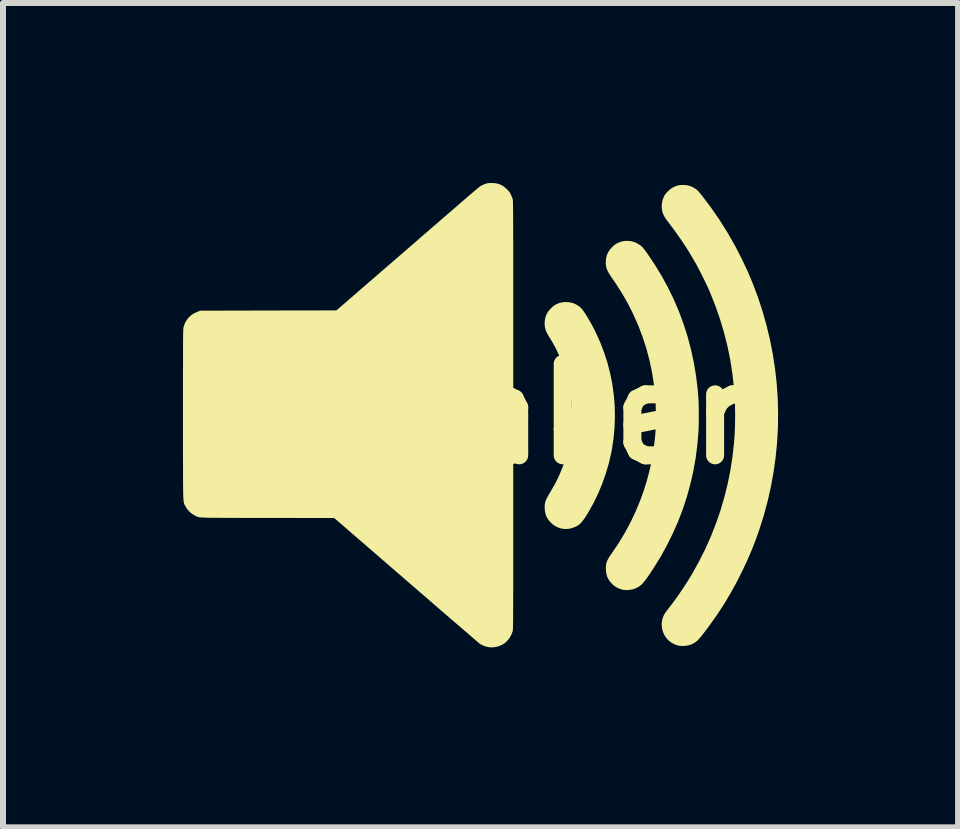
<source format=kicad_pcb>
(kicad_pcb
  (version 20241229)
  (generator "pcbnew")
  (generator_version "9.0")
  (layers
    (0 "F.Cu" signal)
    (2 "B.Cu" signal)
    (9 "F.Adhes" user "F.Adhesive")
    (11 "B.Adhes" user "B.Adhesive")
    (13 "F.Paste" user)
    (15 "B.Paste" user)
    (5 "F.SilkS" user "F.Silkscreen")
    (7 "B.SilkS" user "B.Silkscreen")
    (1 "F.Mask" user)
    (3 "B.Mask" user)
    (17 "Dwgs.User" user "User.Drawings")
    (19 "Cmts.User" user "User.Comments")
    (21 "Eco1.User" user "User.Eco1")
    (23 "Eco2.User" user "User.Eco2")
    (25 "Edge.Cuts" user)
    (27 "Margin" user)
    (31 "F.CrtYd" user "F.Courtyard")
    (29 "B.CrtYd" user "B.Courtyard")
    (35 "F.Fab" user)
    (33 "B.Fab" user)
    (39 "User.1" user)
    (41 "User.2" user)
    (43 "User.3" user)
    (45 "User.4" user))
  (footprint "Speaker"
    (layer "F.Cu")
    (at 4.951 3.85)
    (property "Reference" "Speaker" (at 0 0 0) (layer "F.SilkS") (effects (font (size 1.524 1.524) (thickness 0.3))))
    (attr board_only exclude_from_pos_files exclude_from_bom)
    (fp_poly (pts (xy 1.452 -1.864) (xy 1.51 -1.858) (xy 1.561 -1.844) (xy 1.61 -1.821) (xy 1.656 -1.79) (xy 1.678 -1.771) (xy 1.696 -1.753) (xy 1.717 -1.726) (xy 1.741 -1.691) (xy 1.768 -1.651) (xy 1.796 -1.604) (xy 1.826 -1.553) (xy 1.857 -1.499) (xy 1.887 -1.442) (xy 1.917 -1.383) (xy 1.934 -1.348) (xy 2.008 -1.184) (xy 2.072 -1.016) (xy 2.127 -0.845) (xy 2.171 -0.671) (xy 2.206 -0.495) (xy 2.23 -0.318) (xy 2.245 -0.139) (xy 2.249 0.04) (xy 2.243 0.219) (xy 2.227 0.398) (xy 2.201 0.577) (xy 2.186 0.657) (xy 2.146 0.828) (xy 2.096 0.996) (xy 2.038 1.162) (xy 1.97 1.324) (xy 1.895 1.48) (xy 1.822 1.612) (xy 1.79 1.666) (xy 1.762 1.711) (xy 1.736 1.749) (xy 1.713 1.781) (xy 1.691 1.807) (xy 1.67 1.829) (xy 1.648 1.847) (xy 1.625 1.862) (xy 1.6 1.876) (xy 1.59 1.881) (xy 1.534 1.903) (xy 1.476 1.915) (xy 1.417 1.918) (xy 1.36 1.911) (xy 1.359 1.911) (xy 1.301 1.893) (xy 1.249 1.867) (xy 1.201 1.831) (xy 1.18 1.811) (xy 1.142 1.767) (xy 1.113 1.722) (xy 1.094 1.674) (xy 1.082 1.62) (xy 1.079 1.578) (xy 1.078 1.546) (xy 1.079 1.518) (xy 1.082 1.492) (xy 1.088 1.466) (xy 1.098 1.439) (xy 1.111 1.409) (xy 1.129 1.375) (xy 1.152 1.335) (xy 1.179 1.29) (xy 1.257 1.154) (xy 1.325 1.014) (xy 1.383 0.87) (xy 1.432 0.722) (xy 1.472 0.571) (xy 1.502 0.418) (xy 1.522 0.263) (xy 1.532 0.107) (xy 1.532 -0.05) (xy 1.523 -0.207) (xy 1.503 -0.364) (xy 1.495 -0.41) (xy 1.465 -0.548) (xy 1.427 -0.686) (xy 1.382 -0.822) (xy 1.329 -0.954) (xy 1.269 -1.082) (xy 1.203 -1.203) (xy 1.158 -1.276) (xy 1.129 -1.324) (xy 1.107 -1.367) (xy 1.092 -1.407) (xy 1.082 -1.446) (xy 1.078 -1.488) (xy 1.077 -1.511) (xy 1.082 -1.571) (xy 1.095 -1.626) (xy 1.117 -1.677) (xy 1.15 -1.725) (xy 1.182 -1.761) (xy 1.227 -1.801) (xy 1.274 -1.83) (xy 1.324 -1.85) (xy 1.378 -1.862) (xy 1.437 -1.865)) (stroke (width 0) (type solid)) (fill yes) (layer "F.SilkS"))
    (fp_poly (pts (xy 2.513 -2.881) (xy 2.57 -2.866) (xy 2.624 -2.842) (xy 2.672 -2.81) (xy 2.687 -2.799) (xy 2.7 -2.787) (xy 2.713 -2.774) (xy 2.726 -2.758) (xy 2.742 -2.738) (xy 2.761 -2.712) (xy 2.785 -2.679) (xy 2.792 -2.67) (xy 2.915 -2.486) (xy 3.03 -2.297) (xy 3.135 -2.104) (xy 3.231 -1.907) (xy 3.317 -1.705) (xy 3.393 -1.5) (xy 3.46 -1.291) (xy 3.516 -1.079) (xy 3.563 -0.863) (xy 3.6 -0.645) (xy 3.627 -0.423) (xy 3.642 -0.238) (xy 3.644 -0.199) (xy 3.645 -0.151) (xy 3.646 -0.097) (xy 3.647 -0.038) (xy 3.647 0.022) (xy 3.647 0.083) (xy 3.646 0.142) (xy 3.645 0.197) (xy 3.644 0.245) (xy 3.642 0.286) (xy 3.642 0.291) (xy 3.623 0.514) (xy 3.595 0.735) (xy 3.556 0.953) (xy 3.507 1.168) (xy 3.449 1.379) (xy 3.38 1.588) (xy 3.302 1.793) (xy 3.213 1.994) (xy 3.115 2.192) (xy 3.008 2.386) (xy 2.89 2.575) (xy 2.853 2.632) (xy 2.819 2.682) (xy 2.79 2.724) (xy 2.765 2.759) (xy 2.743 2.787) (xy 2.723 2.811) (xy 2.705 2.831) (xy 2.688 2.848) (xy 2.67 2.862) (xy 2.652 2.875) (xy 2.646 2.88) (xy 2.597 2.906) (xy 2.544 2.924) (xy 2.487 2.934) (xy 2.43 2.936) (xy 2.378 2.93) (xy 2.357 2.924) (xy 2.331 2.915) (xy 2.304 2.904) (xy 2.292 2.898) (xy 2.264 2.883) (xy 2.241 2.868) (xy 2.218 2.849) (xy 2.203 2.833) (xy 2.164 2.791) (xy 2.136 2.747) (xy 2.116 2.702) (xy 2.104 2.651) (xy 2.098 2.595) (xy 2.098 2.593) (xy 2.098 2.552) (xy 2.101 2.515) (xy 2.108 2.481) (xy 2.12 2.447) (xy 2.138 2.412) (xy 2.161 2.373) (xy 2.189 2.333) (xy 2.305 2.163) (xy 2.411 1.988) (xy 2.507 1.81) (xy 2.593 1.629) (xy 2.67 1.443) (xy 2.728 1.283) (xy 2.773 1.141) (xy 2.811 1.001) (xy 2.845 0.86) (xy 2.873 0.716) (xy 2.896 0.568) (xy 2.915 0.413) (xy 2.923 0.326) (xy 2.925 0.297) (xy 2.927 0.259) (xy 2.928 0.214) (xy 2.929 0.163) (xy 2.93 0.108) (xy 2.93 0.051) (xy 2.93 -0.007) (xy 2.93 -0.064) (xy 2.929 -0.119) (xy 2.928 -0.17) (xy 2.926 -0.215) (xy 2.925 -0.253) (xy 2.923 -0.279) (xy 2.9 -0.487) (xy 2.868 -0.691) (xy 2.826 -0.891) (xy 2.774 -1.088) (xy 2.712 -1.28) (xy 2.64 -1.469) (xy 2.559 -1.653) (xy 2.469 -1.834) (xy 2.368 -2.01) (xy 2.258 -2.182) (xy 2.215 -2.244) (xy 2.184 -2.29) (xy 2.158 -2.329) (xy 2.138 -2.363) (xy 2.123 -2.393) (xy 2.112 -2.421) (xy 2.104 -2.448) (xy 2.1 -2.476) (xy 2.097 -2.507) (xy 2.097 -2.531) (xy 2.101 -2.59) (xy 2.114 -2.644) (xy 2.135 -2.694) (xy 2.166 -2.741) (xy 2.202 -2.781) (xy 2.226 -2.804) (xy 2.246 -2.82) (xy 2.266 -2.834) (xy 2.288 -2.846) (xy 2.292 -2.848) (xy 2.338 -2.867) (xy 2.383 -2.879) (xy 2.43 -2.885) (xy 2.452 -2.885)) (stroke (width 0) (type solid)) (fill yes) (layer "F.SilkS"))
    (fp_poly (pts (xy 3.443 -3.814) (xy 3.497 -3.801) (xy 3.547 -3.781) (xy 3.595 -3.75) (xy 3.604 -3.744) (xy 3.621 -3.73) (xy 3.639 -3.712) (xy 3.659 -3.689) (xy 3.683 -3.661) (xy 3.71 -3.627) (xy 3.858 -3.43) (xy 3.998 -3.226) (xy 4.129 -3.017) (xy 4.252 -2.802) (xy 4.365 -2.582) (xy 4.47 -2.358) (xy 4.546 -2.176) (xy 4.634 -1.943) (xy 4.711 -1.708) (xy 4.778 -1.47) (xy 4.835 -1.23) (xy 4.882 -0.989) (xy 4.919 -0.746) (xy 4.946 -0.502) (xy 4.963 -0.257) (xy 4.969 -0.012) (xy 4.966 0.233) (xy 4.952 0.478) (xy 4.928 0.722) (xy 4.894 0.966) (xy 4.85 1.208) (xy 4.796 1.449) (xy 4.732 1.688) (xy 4.657 1.925) (xy 4.6 2.086) (xy 4.529 2.269) (xy 4.45 2.452) (xy 4.364 2.634) (xy 4.273 2.813) (xy 4.177 2.987) (xy 4.079 3.152) (xy 4.072 3.163) (xy 4.036 3.219) (xy 3.998 3.277) (xy 3.959 3.336) (xy 3.918 3.395) (xy 3.877 3.453) (xy 3.837 3.509) (xy 3.798 3.563) (xy 3.76 3.613) (xy 3.725 3.659) (xy 3.693 3.7) (xy 3.664 3.734) (xy 3.64 3.761) (xy 3.623 3.779) (xy 3.575 3.815) (xy 3.524 3.842) (xy 3.468 3.859) (xy 3.407 3.867) (xy 3.382 3.868) (xy 3.356 3.867) (xy 3.329 3.865) (xy 3.307 3.862) (xy 3.3 3.86) (xy 3.244 3.841) (xy 3.193 3.814) (xy 3.148 3.78) (xy 3.109 3.739) (xy 3.077 3.692) (xy 3.053 3.642) (xy 3.037 3.588) (xy 3.029 3.532) (xy 3.03 3.474) (xy 3.041 3.417) (xy 3.046 3.401) (xy 3.055 3.377) (xy 3.065 3.354) (xy 3.078 3.331) (xy 3.095 3.305) (xy 3.117 3.275) (xy 3.144 3.24) (xy 3.147 3.236) (xy 3.222 3.139) (xy 3.297 3.034) (xy 3.372 2.925) (xy 3.445 2.814) (xy 3.514 2.702) (xy 3.533 2.67) (xy 3.647 2.466) (xy 3.752 2.258) (xy 3.847 2.045) (xy 3.932 1.829) (xy 4.008 1.61) (xy 4.073 1.387) (xy 4.129 1.161) (xy 4.175 0.933) (xy 4.21 0.702) (xy 4.233 0.494) (xy 4.245 0.336) (xy 4.251 0.171) (xy 4.253 0.004) (xy 4.25 -0.162) (xy 4.242 -0.325) (xy 4.233 -0.441) (xy 4.207 -0.674) (xy 4.171 -0.904) (xy 4.124 -1.133) (xy 4.067 -1.359) (xy 4 -1.583) (xy 3.923 -1.803) (xy 3.837 -2.02) (xy 3.812 -2.076) (xy 3.795 -2.115) (xy 3.773 -2.161) (xy 3.749 -2.212) (xy 3.722 -2.266) (xy 3.695 -2.321) (xy 3.667 -2.375) (xy 3.641 -2.426) (xy 3.617 -2.472) (xy 3.596 -2.511) (xy 3.593 -2.515) (xy 3.481 -2.706) (xy 3.36 -2.892) (xy 3.233 -3.072) (xy 3.153 -3.177) (xy 3.121 -3.22) (xy 3.094 -3.257) (xy 3.074 -3.29) (xy 3.058 -3.32) (xy 3.047 -3.349) (xy 3.038 -3.378) (xy 3.035 -3.395) (xy 3.028 -3.453) (xy 3.032 -3.512) (xy 3.045 -3.57) (xy 3.067 -3.626) (xy 3.076 -3.642) (xy 3.095 -3.671) (xy 3.122 -3.701) (xy 3.152 -3.73) (xy 3.185 -3.756) (xy 3.216 -3.776) (xy 3.219 -3.777) (xy 3.26 -3.796) (xy 3.299 -3.809) (xy 3.338 -3.815) (xy 3.384 -3.817) (xy 3.385 -3.817)) (stroke (width 0) (type solid)) (fill yes) (layer "F.SilkS"))
    (fp_poly (pts (xy 0.255 -3.846) (xy 0.306 -3.836) (xy 0.352 -3.818) (xy 0.396 -3.791) (xy 0.439 -3.755) (xy 0.447 -3.747) (xy 0.47 -3.724) (xy 0.486 -3.704) (xy 0.5 -3.685) (xy 0.512 -3.663) (xy 0.514 -3.658) (xy 0.525 -3.633) (xy 0.536 -3.607) (xy 0.544 -3.584) (xy 0.545 -3.579) (xy 0.546 -3.576) (xy 0.546 -3.573) (xy 0.547 -3.569) (xy 0.547 -3.563) (xy 0.548 -3.557) (xy 0.548 -3.548) (xy 0.549 -3.537) (xy 0.549 -3.525) (xy 0.55 -3.51) (xy 0.55 -3.492) (xy 0.55 -3.472) (xy 0.551 -3.448) (xy 0.551 -3.422) (xy 0.551 -3.391) (xy 0.552 -3.357) (xy 0.552 -3.319) (xy 0.552 -3.276) (xy 0.552 -3.23) (xy 0.553 -3.178) (xy 0.553 -3.121) (xy 0.553 -3.06) (xy 0.553 -2.993) (xy 0.553 -2.92) (xy 0.554 -2.841) (xy 0.554 -2.756) (xy 0.554 -2.665) (xy 0.554 -2.567) (xy 0.554 -2.463) (xy 0.554 -2.351) (xy 0.554 -2.232) (xy 0.554 -2.106) (xy 0.554 -1.972) (xy 0.554 -1.829) (xy 0.554 -1.679) (xy 0.554 -1.52) (xy 0.554 -1.352) (xy 0.554 -1.176) (xy 0.554 -0.99) (xy 0.554 -0.795) (xy 0.554 -0.59) (xy 0.554 -0.376) (xy 0.554 -0.151) (xy 0.554 0.021) (xy 0.554 0.253) (xy 0.554 0.475) (xy 0.554 0.687) (xy 0.554 0.889) (xy 0.554 1.081) (xy 0.554 1.264) (xy 0.554 1.438) (xy 0.554 1.603) (xy 0.554 1.76) (xy 0.554 1.908) (xy 0.554 2.048) (xy 0.554 2.18) (xy 0.554 2.304) (xy 0.554 2.421) (xy 0.554 2.531) (xy 0.554 2.633) (xy 0.554 2.729) (xy 0.554 2.818) (xy 0.554 2.901) (xy 0.553 2.978) (xy 0.553 3.05) (xy 0.553 3.115) (xy 0.553 3.176) (xy 0.553 3.231) (xy 0.552 3.281) (xy 0.552 3.327) (xy 0.552 3.368) (xy 0.552 3.405) (xy 0.551 3.438) (xy 0.551 3.468) (xy 0.551 3.494) (xy 0.55 3.516) (xy 0.55 3.536) (xy 0.55 3.553) (xy 0.549 3.567) (xy 0.549 3.58) (xy 0.548 3.59) (xy 0.548 3.598) (xy 0.547 3.605) (xy 0.547 3.61) (xy 0.546 3.614) (xy 0.546 3.617) (xy 0.545 3.62) (xy 0.545 3.621) (xy 0.524 3.677) (xy 0.496 3.729) (xy 0.461 3.775) (xy 0.422 3.813) (xy 0.374 3.845) (xy 0.322 3.868) (xy 0.266 3.884) (xy 0.209 3.891) (xy 0.154 3.889) (xy 0.098 3.877) (xy 0.045 3.858) (xy -0.001 3.832) (xy -0.008 3.827) (xy -0.014 3.822) (xy -0.027 3.811) (xy -0.048 3.793) (xy -0.075 3.77) (xy -0.11 3.74) (xy -0.15 3.705) (xy -0.197 3.665) (xy -0.249 3.62) (xy -0.307 3.57) (xy -0.37 3.516) (xy -0.438 3.457) (xy -0.511 3.395) (xy -0.587 3.329) (xy -0.668 3.259) (xy -0.752 3.187) (xy -0.839 3.111) (xy -0.929 3.033) (xy -1.022 2.953) (xy -1.117 2.871) (xy -1.214 2.787) (xy -1.23 2.773) (xy -2.43 1.735) (xy -3.539 1.733) (xy -3.668 1.733) (xy -3.787 1.733) (xy -3.896 1.733) (xy -3.995 1.733) (xy -4.086 1.732) (xy -4.169 1.732) (xy -4.244 1.732) (xy -4.311 1.732) (xy -4.371 1.731) (xy -4.425 1.731) (xy -4.473 1.731) (xy -4.514 1.73) (xy -4.551 1.729) (xy -4.582 1.728) (xy -4.609 1.727) (xy -4.633 1.726) (xy -4.652 1.724) (xy -4.669 1.723) (xy -4.682 1.721) (xy -4.694 1.719) (xy -4.704 1.716) (xy -4.712 1.713) (xy -4.719 1.711) (xy -4.726 1.707) (xy -4.733 1.704) (xy -4.74 1.7) (xy -4.748 1.696) (xy -4.756 1.691) (xy -4.801 1.665) (xy -4.842 1.63) (xy -4.879 1.589) (xy -4.907 1.545) (xy -4.913 1.534) (xy -4.917 1.526) (xy -4.921 1.52) (xy -4.924 1.514) (xy -4.927 1.508) (xy -4.93 1.502) (xy -4.932 1.495) (xy -4.934 1.488) (xy -4.937 1.479) (xy -4.938 1.468) (xy -4.94 1.455) (xy -4.942 1.44) (xy -4.943 1.421) (xy -4.944 1.4) (xy -4.946 1.375) (xy -4.947 1.346) (xy -4.947 1.312) (xy -4.948 1.274) (xy -4.949 1.23) (xy -4.949 1.181) (xy -4.95 1.127) (xy -4.95 1.065) (xy -4.95 0.997) (xy -4.95 0.923) (xy -4.95 0.84) (xy -4.951 0.75) (xy -4.951 0.652) (xy -4.951 0.545) (xy -4.951 0.429) (xy -4.951 0.304) (xy -4.951 0.169) (xy -4.951 0.024) (xy -4.951 0.002) (xy -4.951 -0.142) (xy -4.951 -0.276) (xy -4.951 -0.4) (xy -4.951 -0.515) (xy -4.951 -0.621) (xy -4.951 -0.719) (xy -4.95 -0.808) (xy -4.95 -0.889) (xy -4.95 -0.963) (xy -4.95 -1.03) (xy -4.95 -1.09) (xy -4.95 -1.143) (xy -4.95 -1.191) (xy -4.949 -1.233) (xy -4.949 -1.27) (xy -4.949 -1.302) (xy -4.948 -1.33) (xy -4.948 -1.354) (xy -4.947 -1.374) (xy -4.947 -1.391) (xy -4.946 -1.405) (xy -4.946 -1.416) (xy -4.945 -1.425) (xy -4.944 -1.433) (xy -4.943 -1.439) (xy -4.942 -1.444) (xy -4.941 -1.449) (xy -4.94 -1.453) (xy -4.92 -1.51) (xy -4.891 -1.563) (xy -4.854 -1.61) (xy -4.81 -1.65) (xy -4.758 -1.682) (xy -4.701 -1.707) (xy -4.659 -1.721) (xy -3.526 -1.724) (xy -2.394 -1.726) (xy -1.34 -2.638) (xy -1.247 -2.718) (xy -1.156 -2.797) (xy -1.066 -2.875) (xy -0.978 -2.952) (xy -0.892 -3.026) (xy -0.809 -3.098) (xy -0.729 -3.167) (xy -0.653 -3.233) (xy -0.58 -3.296) (xy -0.512 -3.355) (xy -0.448 -3.41) (xy -0.389 -3.461) (xy -0.336 -3.507) (xy -0.288 -3.548) (xy -0.247 -3.584) (xy -0.212 -3.614) (xy -0.184 -3.638) (xy -0.164 -3.656) (xy -0.154 -3.664) (xy -0.121 -3.692) (xy -0.089 -3.72) (xy -0.059 -3.744) (xy -0.033 -3.766) (xy -0.011 -3.783) (xy 0.004 -3.795) (xy 0.009 -3.799) (xy 0.03 -3.81) (xy 0.056 -3.822) (xy 0.082 -3.833) (xy 0.088 -3.835) (xy 0.11 -3.841) (xy 0.129 -3.846) (xy 0.148 -3.848) (xy 0.171 -3.849) (xy 0.197 -3.85)) (stroke (width 0) (type solid)) (fill yes) (layer "F.SilkS")))
  (gr_rect
    (start -3 -3)
    (end 12.92 10.741)
    (stroke (width 0.1) (type default))
    (fill no)
    (layer "Edge.Cuts")))
</source>
